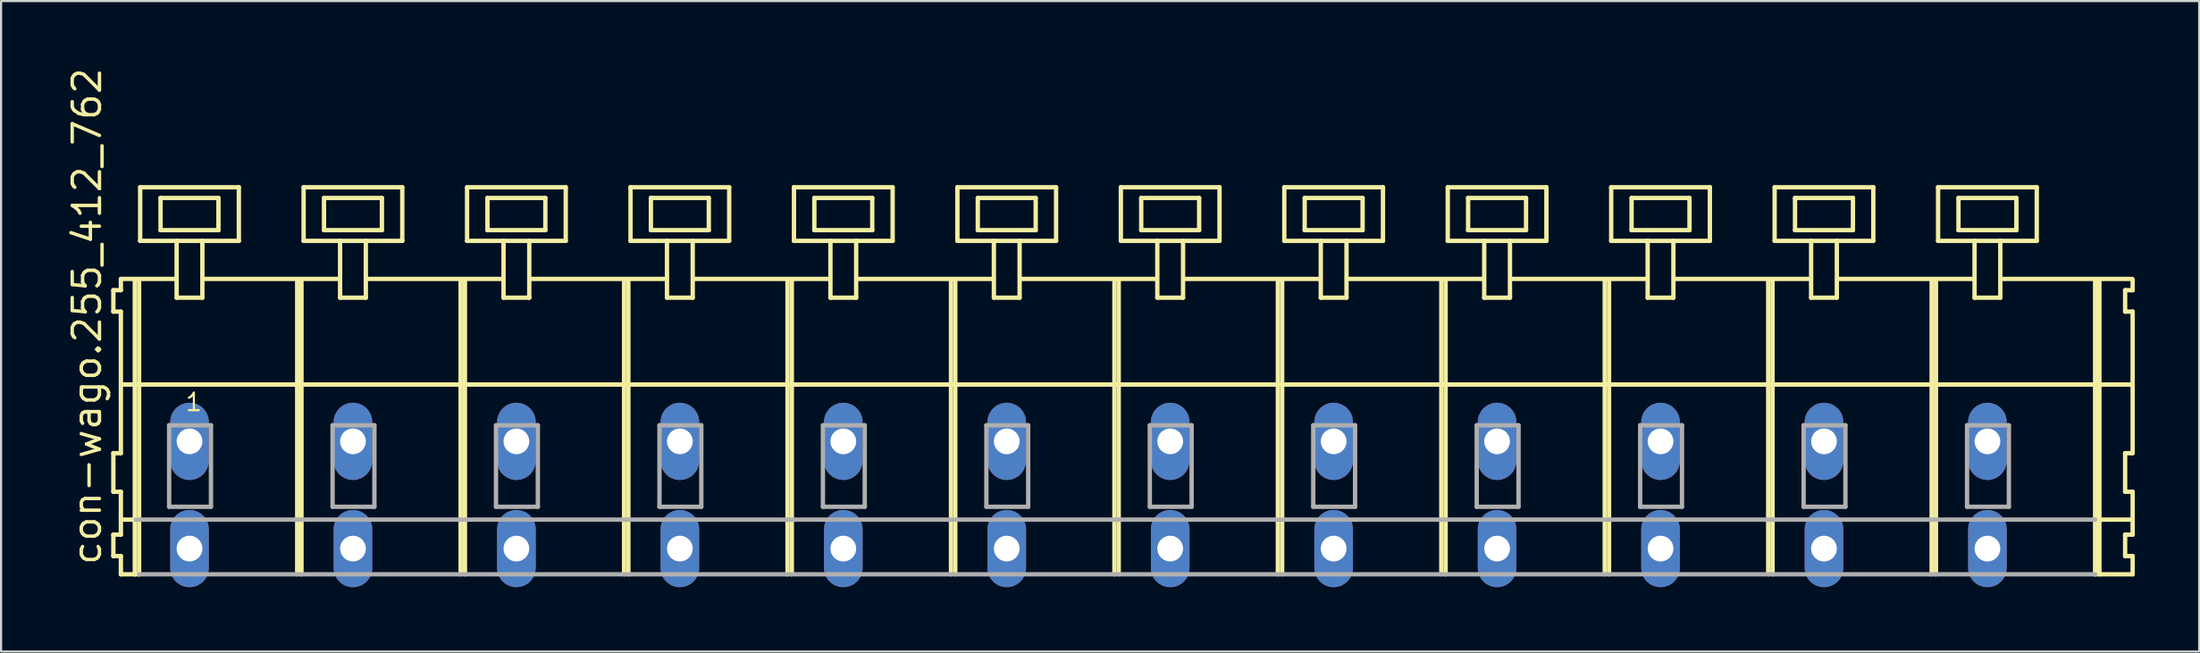
<source format=kicad_pcb>
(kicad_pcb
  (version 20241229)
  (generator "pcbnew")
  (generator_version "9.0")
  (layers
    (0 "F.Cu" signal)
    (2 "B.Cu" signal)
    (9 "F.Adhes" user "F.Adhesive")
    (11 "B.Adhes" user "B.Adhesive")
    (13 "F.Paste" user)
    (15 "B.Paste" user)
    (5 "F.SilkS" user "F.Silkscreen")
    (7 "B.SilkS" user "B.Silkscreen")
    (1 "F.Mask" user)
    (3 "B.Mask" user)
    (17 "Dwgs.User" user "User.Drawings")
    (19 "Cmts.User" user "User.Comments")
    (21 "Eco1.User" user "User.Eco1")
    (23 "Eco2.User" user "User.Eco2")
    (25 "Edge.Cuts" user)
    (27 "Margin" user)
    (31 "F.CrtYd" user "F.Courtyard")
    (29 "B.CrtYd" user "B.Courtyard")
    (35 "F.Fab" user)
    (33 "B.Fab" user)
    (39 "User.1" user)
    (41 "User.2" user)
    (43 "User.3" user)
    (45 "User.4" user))
  (footprint "con-wago.255_412_762"
    (layer "F.Cu")
    (at 48.965 17.533)
    (property "Reference" "con-wago.255_412_762" (at -47.215 5.855 90) (layer "F.SilkS") (effects (font (size 1.27 1.27) (thickness 0.16)) (justify left bottom)))
    (attr through_hole)
    (fp_line (start -46.73 -7.05) (end -46.73 -6.05) (stroke (width 0.203) (type default)) (layer "F.SilkS"))
    (fp_line (start -46.73 -6.05) (end -46.38 -6.05) (stroke (width 0.203) (type default)) (layer "F.SilkS"))
    (fp_line (start -46.73 0.55) (end -46.73 2.35) (stroke (width 0.203) (type default)) (layer "F.SilkS"))
    (fp_line (start -46.73 2.35) (end -46.38 2.35) (stroke (width 0.203) (type default)) (layer "F.SilkS"))
    (fp_line (start -46.73 4.35) (end -46.73 5.35) (stroke (width 0.203) (type default)) (layer "F.SilkS"))
    (fp_line (start -46.73 5.35) (end -46.38 5.35) (stroke (width 0.203) (type default)) (layer "F.SilkS"))
    (fp_line (start -46.38 -7.575) (end -46.38 -7.05) (stroke (width 0.203) (type default)) (layer "F.SilkS"))
    (fp_line (start -46.38 -7.575) (end -43.805 -7.575) (stroke (width 0.203) (type default)) (layer "F.SilkS"))
    (fp_line (start -46.38 -7.05) (end -46.73 -7.05) (stroke (width 0.203) (type default)) (layer "F.SilkS"))
    (fp_line (start -46.38 -6.05) (end -46.38 0.55) (stroke (width 0.203) (type default)) (layer "F.SilkS"))
    (fp_line (start -46.38 0.55) (end -46.73 0.55) (stroke (width 0.203) (type default)) (layer "F.SilkS"))
    (fp_line (start -46.38 2.35) (end -46.38 4.35) (stroke (width 0.203) (type default)) (layer "F.SilkS"))
    (fp_line (start -46.38 3.65) (end -45.68 3.65) (stroke (width 0.203) (type default)) (layer "F.SilkS"))
    (fp_line (start -46.38 4.35) (end -46.73 4.35) (stroke (width 0.203) (type default)) (layer "F.SilkS"))
    (fp_line (start -46.38 5.35) (end -46.38 6.2) (stroke (width 0.203) (type default)) (layer "F.SilkS"))
    (fp_line (start -46.38 6.2) (end -45.73 6.2) (stroke (width 0.203) (type default)) (layer "F.SilkS"))
    (fp_line (start -46.33 -2.65) (end 47.36 -2.65) (stroke (width 0.203) (type default)) (layer "F.SilkS"))
    (fp_line (start -45.73 -7.55) (end -45.73 6.2) (stroke (width 0.203) (type default)) (layer "F.SilkS"))
    (fp_line (start -45.73 6.2) (end -45.53 6.2) (stroke (width 0.203) (type default)) (layer "F.SilkS"))
    (fp_line (start -45.53 -7.55) (end -45.53 6.2) (stroke (width 0.203) (type default)) (layer "F.SilkS"))
    (fp_line (start -45.48 -11.85) (end -45.48 -9.35) (stroke (width 0.203) (type default)) (layer "F.SilkS"))
    (fp_line (start -45.48 -9.35) (end -43.78 -9.35) (stroke (width 0.203) (type default)) (layer "F.SilkS"))
    (fp_line (start -44.53 -11.35) (end -44.53 -9.85) (stroke (width 0.203) (type default)) (layer "F.SilkS"))
    (fp_line (start -44.53 -9.85) (end -41.83 -9.85) (stroke (width 0.203) (type default)) (layer "F.SilkS"))
    (fp_line (start -43.78 -9.35) (end -43.78 -6.7) (stroke (width 0.203) (type default)) (layer "F.SilkS"))
    (fp_line (start -43.78 -9.35) (end -42.58 -9.35) (stroke (width 0.203) (type default)) (layer "F.SilkS"))
    (fp_line (start -43.78 -6.7) (end -42.58 -6.7) (stroke (width 0.203) (type default)) (layer "F.SilkS"))
    (fp_line (start -42.58 -9.35) (end -40.88 -9.35) (stroke (width 0.203) (type default)) (layer "F.SilkS"))
    (fp_line (start -42.58 -6.7) (end -42.58 -9.35) (stroke (width 0.203) (type default)) (layer "F.SilkS"))
    (fp_line (start -42.555 -7.575) (end -36.181 -7.575) (stroke (width 0.203) (type default)) (layer "F.SilkS"))
    (fp_line (start -41.83 -11.35) (end -44.53 -11.35) (stroke (width 0.203) (type default)) (layer "F.SilkS"))
    (fp_line (start -41.83 -9.85) (end -41.83 -11.35) (stroke (width 0.203) (type default)) (layer "F.SilkS"))
    (fp_line (start -40.88 -11.85) (end -45.48 -11.85) (stroke (width 0.203) (type default)) (layer "F.SilkS"))
    (fp_line (start -40.88 -9.35) (end -40.88 -11.85) (stroke (width 0.203) (type default)) (layer "F.SilkS"))
    (fp_line (start -38.16 -7.55) (end -38.16 6.2) (stroke (width 0.203) (type default)) (layer "F.SilkS"))
    (fp_line (start -37.96 -7.55) (end -37.96 6.2) (stroke (width 0.203) (type default)) (layer "F.SilkS"))
    (fp_line (start -37.86 -11.85) (end -37.86 -9.35) (stroke (width 0.203) (type default)) (layer "F.SilkS"))
    (fp_line (start -37.86 -9.35) (end -36.16 -9.35) (stroke (width 0.203) (type default)) (layer "F.SilkS"))
    (fp_line (start -36.91 -11.35) (end -36.91 -9.85) (stroke (width 0.203) (type default)) (layer "F.SilkS"))
    (fp_line (start -36.91 -9.85) (end -34.21 -9.85) (stroke (width 0.203) (type default)) (layer "F.SilkS"))
    (fp_line (start -36.16 -9.35) (end -36.16 -6.7) (stroke (width 0.203) (type default)) (layer "F.SilkS"))
    (fp_line (start -36.16 -9.35) (end -34.96 -9.35) (stroke (width 0.203) (type default)) (layer "F.SilkS"))
    (fp_line (start -36.16 -6.7) (end -34.96 -6.7) (stroke (width 0.203) (type default)) (layer "F.SilkS"))
    (fp_line (start -34.96 -9.35) (end -33.26 -9.35) (stroke (width 0.203) (type default)) (layer "F.SilkS"))
    (fp_line (start -34.96 -6.7) (end -34.96 -9.35) (stroke (width 0.203) (type default)) (layer "F.SilkS"))
    (fp_line (start -34.935 -7.575) (end -28.561 -7.575) (stroke (width 0.203) (type default)) (layer "F.SilkS"))
    (fp_line (start -34.21 -11.35) (end -36.91 -11.35) (stroke (width 0.203) (type default)) (layer "F.SilkS"))
    (fp_line (start -34.21 -9.85) (end -34.21 -11.35) (stroke (width 0.203) (type default)) (layer "F.SilkS"))
    (fp_line (start -33.26 -11.85) (end -37.86 -11.85) (stroke (width 0.203) (type default)) (layer "F.SilkS"))
    (fp_line (start -33.26 -9.35) (end -33.26 -11.85) (stroke (width 0.203) (type default)) (layer "F.SilkS"))
    (fp_line (start -30.54 -7.55) (end -30.54 6.2) (stroke (width 0.203) (type default)) (layer "F.SilkS"))
    (fp_line (start -30.34 -7.55) (end -30.34 6.2) (stroke (width 0.203) (type default)) (layer "F.SilkS"))
    (fp_line (start -30.24 -11.85) (end -30.24 -9.35) (stroke (width 0.203) (type default)) (layer "F.SilkS"))
    (fp_line (start -30.24 -9.35) (end -28.54 -9.35) (stroke (width 0.203) (type default)) (layer "F.SilkS"))
    (fp_line (start -29.29 -11.35) (end -29.29 -9.85) (stroke (width 0.203) (type default)) (layer "F.SilkS"))
    (fp_line (start -29.29 -9.85) (end -26.59 -9.85) (stroke (width 0.203) (type default)) (layer "F.SilkS"))
    (fp_line (start -28.54 -9.35) (end -28.54 -6.7) (stroke (width 0.203) (type default)) (layer "F.SilkS"))
    (fp_line (start -28.54 -9.35) (end -27.34 -9.35) (stroke (width 0.203) (type default)) (layer "F.SilkS"))
    (fp_line (start -28.54 -6.7) (end -27.34 -6.7) (stroke (width 0.203) (type default)) (layer "F.SilkS"))
    (fp_line (start -27.34 -9.35) (end -25.64 -9.35) (stroke (width 0.203) (type default)) (layer "F.SilkS"))
    (fp_line (start -27.34 -6.7) (end -27.34 -9.35) (stroke (width 0.203) (type default)) (layer "F.SilkS"))
    (fp_line (start -27.315 -7.575) (end -20.941 -7.575) (stroke (width 0.203) (type default)) (layer "F.SilkS"))
    (fp_line (start -26.59 -11.35) (end -29.29 -11.35) (stroke (width 0.203) (type default)) (layer "F.SilkS"))
    (fp_line (start -26.59 -9.85) (end -26.59 -11.35) (stroke (width 0.203) (type default)) (layer "F.SilkS"))
    (fp_line (start -25.64 -11.85) (end -30.24 -11.85) (stroke (width 0.203) (type default)) (layer "F.SilkS"))
    (fp_line (start -25.64 -9.35) (end -25.64 -11.85) (stroke (width 0.203) (type default)) (layer "F.SilkS"))
    (fp_line (start -22.92 -7.55) (end -22.92 6.2) (stroke (width 0.203) (type default)) (layer "F.SilkS"))
    (fp_line (start -22.72 -7.55) (end -22.72 6.2) (stroke (width 0.203) (type default)) (layer "F.SilkS"))
    (fp_line (start -22.62 -11.85) (end -22.62 -9.35) (stroke (width 0.203) (type default)) (layer "F.SilkS"))
    (fp_line (start -22.62 -9.35) (end -20.92 -9.35) (stroke (width 0.203) (type default)) (layer "F.SilkS"))
    (fp_line (start -21.67 -11.35) (end -21.67 -9.85) (stroke (width 0.203) (type default)) (layer "F.SilkS"))
    (fp_line (start -21.67 -9.85) (end -18.97 -9.85) (stroke (width 0.203) (type default)) (layer "F.SilkS"))
    (fp_line (start -20.92 -9.35) (end -20.92 -6.7) (stroke (width 0.203) (type default)) (layer "F.SilkS"))
    (fp_line (start -20.92 -9.35) (end -19.72 -9.35) (stroke (width 0.203) (type default)) (layer "F.SilkS"))
    (fp_line (start -20.92 -6.7) (end -19.72 -6.7) (stroke (width 0.203) (type default)) (layer "F.SilkS"))
    (fp_line (start -19.72 -9.35) (end -18.02 -9.35) (stroke (width 0.203) (type default)) (layer "F.SilkS"))
    (fp_line (start -19.72 -6.7) (end -19.72 -9.35) (stroke (width 0.203) (type default)) (layer "F.SilkS"))
    (fp_line (start -19.695 -7.575) (end -13.321 -7.575) (stroke (width 0.203) (type default)) (layer "F.SilkS"))
    (fp_line (start -18.97 -11.35) (end -21.67 -11.35) (stroke (width 0.203) (type default)) (layer "F.SilkS"))
    (fp_line (start -18.97 -9.85) (end -18.97 -11.35) (stroke (width 0.203) (type default)) (layer "F.SilkS"))
    (fp_line (start -18.02 -11.85) (end -22.62 -11.85) (stroke (width 0.203) (type default)) (layer "F.SilkS"))
    (fp_line (start -18.02 -9.35) (end -18.02 -11.85) (stroke (width 0.203) (type default)) (layer "F.SilkS"))
    (fp_line (start -15.3 -7.55) (end -15.3 6.2) (stroke (width 0.203) (type default)) (layer "F.SilkS"))
    (fp_line (start -15.1 -7.55) (end -15.1 6.2) (stroke (width 0.203) (type default)) (layer "F.SilkS"))
    (fp_line (start -15 -11.85) (end -15 -9.35) (stroke (width 0.203) (type default)) (layer "F.SilkS"))
    (fp_line (start -15 -9.35) (end -13.3 -9.35) (stroke (width 0.203) (type default)) (layer "F.SilkS"))
    (fp_line (start -14.05 -11.35) (end -14.05 -9.85) (stroke (width 0.203) (type default)) (layer "F.SilkS"))
    (fp_line (start -14.05 -9.85) (end -11.35 -9.85) (stroke (width 0.203) (type default)) (layer "F.SilkS"))
    (fp_line (start -13.3 -9.35) (end -13.3 -6.7) (stroke (width 0.203) (type default)) (layer "F.SilkS"))
    (fp_line (start -13.3 -9.35) (end -12.1 -9.35) (stroke (width 0.203) (type default)) (layer "F.SilkS"))
    (fp_line (start -13.3 -6.7) (end -12.1 -6.7) (stroke (width 0.203) (type default)) (layer "F.SilkS"))
    (fp_line (start -12.1 -9.35) (end -10.4 -9.35) (stroke (width 0.203) (type default)) (layer "F.SilkS"))
    (fp_line (start -12.1 -6.7) (end -12.1 -9.35) (stroke (width 0.203) (type default)) (layer "F.SilkS"))
    (fp_line (start -12.075 -7.575) (end -5.701 -7.575) (stroke (width 0.203) (type default)) (layer "F.SilkS"))
    (fp_line (start -11.35 -11.35) (end -14.05 -11.35) (stroke (width 0.203) (type default)) (layer "F.SilkS"))
    (fp_line (start -11.35 -9.85) (end -11.35 -11.35) (stroke (width 0.203) (type default)) (layer "F.SilkS"))
    (fp_line (start -10.4 -11.85) (end -15 -11.85) (stroke (width 0.203) (type default)) (layer "F.SilkS"))
    (fp_line (start -10.4 -9.35) (end -10.4 -11.85) (stroke (width 0.203) (type default)) (layer "F.SilkS"))
    (fp_line (start -7.68 -7.55) (end -7.68 6.2) (stroke (width 0.203) (type default)) (layer "F.SilkS"))
    (fp_line (start -7.48 -7.55) (end -7.48 6.2) (stroke (width 0.203) (type default)) (layer "F.SilkS"))
    (fp_line (start -7.38 -11.85) (end -7.38 -9.35) (stroke (width 0.203) (type default)) (layer "F.SilkS"))
    (fp_line (start -7.38 -9.35) (end -5.68 -9.35) (stroke (width 0.203) (type default)) (layer "F.SilkS"))
    (fp_line (start -6.43 -11.35) (end -6.43 -9.85) (stroke (width 0.203) (type default)) (layer "F.SilkS"))
    (fp_line (start -6.43 -9.85) (end -3.73 -9.85) (stroke (width 0.203) (type default)) (layer "F.SilkS"))
    (fp_line (start -5.68 -9.35) (end -5.68 -6.7) (stroke (width 0.203) (type default)) (layer "F.SilkS"))
    (fp_line (start -5.68 -9.35) (end -4.48 -9.35) (stroke (width 0.203) (type default)) (layer "F.SilkS"))
    (fp_line (start -5.68 -6.7) (end -4.48 -6.7) (stroke (width 0.203) (type default)) (layer "F.SilkS"))
    (fp_line (start -4.48 -9.35) (end -2.78 -9.35) (stroke (width 0.203) (type default)) (layer "F.SilkS"))
    (fp_line (start -4.48 -6.7) (end -4.48 -9.35) (stroke (width 0.203) (type default)) (layer "F.SilkS"))
    (fp_line (start -4.455 -7.575) (end 1.919 -7.575) (stroke (width 0.203) (type default)) (layer "F.SilkS"))
    (fp_line (start -3.73 -11.35) (end -6.43 -11.35) (stroke (width 0.203) (type default)) (layer "F.SilkS"))
    (fp_line (start -3.73 -9.85) (end -3.73 -11.35) (stroke (width 0.203) (type default)) (layer "F.SilkS"))
    (fp_line (start -2.78 -11.85) (end -7.38 -11.85) (stroke (width 0.203) (type default)) (layer "F.SilkS"))
    (fp_line (start -2.78 -9.35) (end -2.78 -11.85) (stroke (width 0.203) (type default)) (layer "F.SilkS"))
    (fp_line (start -0.06 -7.55) (end -0.06 6.2) (stroke (width 0.203) (type default)) (layer "F.SilkS"))
    (fp_line (start 0.14 -7.55) (end 0.14 6.2) (stroke (width 0.203) (type default)) (layer "F.SilkS"))
    (fp_line (start 0.24 -11.85) (end 0.24 -9.35) (stroke (width 0.203) (type default)) (layer "F.SilkS"))
    (fp_line (start 0.24 -9.35) (end 1.94 -9.35) (stroke (width 0.203) (type default)) (layer "F.SilkS"))
    (fp_line (start 1.19 -11.35) (end 1.19 -9.85) (stroke (width 0.203) (type default)) (layer "F.SilkS"))
    (fp_line (start 1.19 -9.85) (end 3.89 -9.85) (stroke (width 0.203) (type default)) (layer "F.SilkS"))
    (fp_line (start 1.94 -9.35) (end 1.94 -6.7) (stroke (width 0.203) (type default)) (layer "F.SilkS"))
    (fp_line (start 1.94 -9.35) (end 3.14 -9.35) (stroke (width 0.203) (type default)) (layer "F.SilkS"))
    (fp_line (start 1.94 -6.7) (end 3.14 -6.7) (stroke (width 0.203) (type default)) (layer "F.SilkS"))
    (fp_line (start 3.14 -9.35) (end 4.84 -9.35) (stroke (width 0.203) (type default)) (layer "F.SilkS"))
    (fp_line (start 3.14 -6.7) (end 3.14 -9.35) (stroke (width 0.203) (type default)) (layer "F.SilkS"))
    (fp_line (start 3.165 -7.575) (end 9.539 -7.575) (stroke (width 0.203) (type default)) (layer "F.SilkS"))
    (fp_line (start 3.89 -11.35) (end 1.19 -11.35) (stroke (width 0.203) (type default)) (layer "F.SilkS"))
    (fp_line (start 3.89 -9.85) (end 3.89 -11.35) (stroke (width 0.203) (type default)) (layer "F.SilkS"))
    (fp_line (start 4.84 -11.85) (end 0.24 -11.85) (stroke (width 0.203) (type default)) (layer "F.SilkS"))
    (fp_line (start 4.84 -9.35) (end 4.84 -11.85) (stroke (width 0.203) (type default)) (layer "F.SilkS"))
    (fp_line (start 7.56 -7.55) (end 7.56 6.2) (stroke (width 0.203) (type default)) (layer "F.SilkS"))
    (fp_line (start 7.76 -7.55) (end 7.76 6.2) (stroke (width 0.203) (type default)) (layer "F.SilkS"))
    (fp_line (start 7.86 -11.85) (end 7.86 -9.35) (stroke (width 0.203) (type default)) (layer "F.SilkS"))
    (fp_line (start 7.86 -9.35) (end 9.56 -9.35) (stroke (width 0.203) (type default)) (layer "F.SilkS"))
    (fp_line (start 8.81 -11.35) (end 8.81 -9.85) (stroke (width 0.203) (type default)) (layer "F.SilkS"))
    (fp_line (start 8.81 -9.85) (end 11.51 -9.85) (stroke (width 0.203) (type default)) (layer "F.SilkS"))
    (fp_line (start 9.56 -9.35) (end 9.56 -6.7) (stroke (width 0.203) (type default)) (layer "F.SilkS"))
    (fp_line (start 9.56 -9.35) (end 10.76 -9.35) (stroke (width 0.203) (type default)) (layer "F.SilkS"))
    (fp_line (start 9.56 -6.7) (end 10.76 -6.7) (stroke (width 0.203) (type default)) (layer "F.SilkS"))
    (fp_line (start 10.76 -9.35) (end 12.46 -9.35) (stroke (width 0.203) (type default)) (layer "F.SilkS"))
    (fp_line (start 10.76 -6.7) (end 10.76 -9.35) (stroke (width 0.203) (type default)) (layer "F.SilkS"))
    (fp_line (start 10.785 -7.575) (end 17.159 -7.575) (stroke (width 0.203) (type default)) (layer "F.SilkS"))
    (fp_line (start 11.51 -11.35) (end 8.81 -11.35) (stroke (width 0.203) (type default)) (layer "F.SilkS"))
    (fp_line (start 11.51 -9.85) (end 11.51 -11.35) (stroke (width 0.203) (type default)) (layer "F.SilkS"))
    (fp_line (start 12.46 -11.85) (end 7.86 -11.85) (stroke (width 0.203) (type default)) (layer "F.SilkS"))
    (fp_line (start 12.46 -9.35) (end 12.46 -11.85) (stroke (width 0.203) (type default)) (layer "F.SilkS"))
    (fp_line (start 15.18 -7.55) (end 15.18 6.2) (stroke (width 0.203) (type default)) (layer "F.SilkS"))
    (fp_line (start 15.38 -7.55) (end 15.38 6.2) (stroke (width 0.203) (type default)) (layer "F.SilkS"))
    (fp_line (start 15.48 -11.85) (end 15.48 -9.35) (stroke (width 0.203) (type default)) (layer "F.SilkS"))
    (fp_line (start 15.48 -9.35) (end 17.18 -9.35) (stroke (width 0.203) (type default)) (layer "F.SilkS"))
    (fp_line (start 16.43 -11.35) (end 16.43 -9.85) (stroke (width 0.203) (type default)) (layer "F.SilkS"))
    (fp_line (start 16.43 -9.85) (end 19.13 -9.85) (stroke (width 0.203) (type default)) (layer "F.SilkS"))
    (fp_line (start 17.18 -9.35) (end 17.18 -6.7) (stroke (width 0.203) (type default)) (layer "F.SilkS"))
    (fp_line (start 17.18 -9.35) (end 18.38 -9.35) (stroke (width 0.203) (type default)) (layer "F.SilkS"))
    (fp_line (start 17.18 -6.7) (end 18.38 -6.7) (stroke (width 0.203) (type default)) (layer "F.SilkS"))
    (fp_line (start 18.38 -9.35) (end 20.08 -9.35) (stroke (width 0.203) (type default)) (layer "F.SilkS"))
    (fp_line (start 18.38 -6.7) (end 18.38 -9.35) (stroke (width 0.203) (type default)) (layer "F.SilkS"))
    (fp_line (start 18.405 -7.575) (end 24.779 -7.575) (stroke (width 0.203) (type default)) (layer "F.SilkS"))
    (fp_line (start 19.13 -11.35) (end 16.43 -11.35) (stroke (width 0.203) (type default)) (layer "F.SilkS"))
    (fp_line (start 19.13 -9.85) (end 19.13 -11.35) (stroke (width 0.203) (type default)) (layer "F.SilkS"))
    (fp_line (start 20.08 -11.85) (end 15.48 -11.85) (stroke (width 0.203) (type default)) (layer "F.SilkS"))
    (fp_line (start 20.08 -9.35) (end 20.08 -11.85) (stroke (width 0.203) (type default)) (layer "F.SilkS"))
    (fp_line (start 22.8 -7.55) (end 22.8 6.2) (stroke (width 0.203) (type default)) (layer "F.SilkS"))
    (fp_line (start 23 -7.55) (end 23 6.2) (stroke (width 0.203) (type default)) (layer "F.SilkS"))
    (fp_line (start 23.1 -11.85) (end 23.1 -9.35) (stroke (width 0.203) (type default)) (layer "F.SilkS"))
    (fp_line (start 23.1 -9.35) (end 24.8 -9.35) (stroke (width 0.203) (type default)) (layer "F.SilkS"))
    (fp_line (start 24.05 -11.35) (end 24.05 -9.85) (stroke (width 0.203) (type default)) (layer "F.SilkS"))
    (fp_line (start 24.05 -9.85) (end 26.75 -9.85) (stroke (width 0.203) (type default)) (layer "F.SilkS"))
    (fp_line (start 24.8 -9.35) (end 24.8 -6.7) (stroke (width 0.203) (type default)) (layer "F.SilkS"))
    (fp_line (start 24.8 -9.35) (end 26 -9.35) (stroke (width 0.203) (type default)) (layer "F.SilkS"))
    (fp_line (start 24.8 -6.7) (end 26 -6.7) (stroke (width 0.203) (type default)) (layer "F.SilkS"))
    (fp_line (start 26 -9.35) (end 27.7 -9.35) (stroke (width 0.203) (type default)) (layer "F.SilkS"))
    (fp_line (start 26 -6.7) (end 26 -9.35) (stroke (width 0.203) (type default)) (layer "F.SilkS"))
    (fp_line (start 26.025 -7.575) (end 32.399 -7.575) (stroke (width 0.203) (type default)) (layer "F.SilkS"))
    (fp_line (start 26.75 -11.35) (end 24.05 -11.35) (stroke (width 0.203) (type default)) (layer "F.SilkS"))
    (fp_line (start 26.75 -9.85) (end 26.75 -11.35) (stroke (width 0.203) (type default)) (layer "F.SilkS"))
    (fp_line (start 27.7 -11.85) (end 23.1 -11.85) (stroke (width 0.203) (type default)) (layer "F.SilkS"))
    (fp_line (start 27.7 -9.35) (end 27.7 -11.85) (stroke (width 0.203) (type default)) (layer "F.SilkS"))
    (fp_line (start 30.42 -7.55) (end 30.42 6.2) (stroke (width 0.203) (type default)) (layer "F.SilkS"))
    (fp_line (start 30.62 -7.55) (end 30.62 6.2) (stroke (width 0.203) (type default)) (layer "F.SilkS"))
    (fp_line (start 30.72 -11.85) (end 30.72 -9.35) (stroke (width 0.203) (type default)) (layer "F.SilkS"))
    (fp_line (start 30.72 -9.35) (end 32.42 -9.35) (stroke (width 0.203) (type default)) (layer "F.SilkS"))
    (fp_line (start 31.67 -11.35) (end 31.67 -9.85) (stroke (width 0.203) (type default)) (layer "F.SilkS"))
    (fp_line (start 31.67 -9.85) (end 34.37 -9.85) (stroke (width 0.203) (type default)) (layer "F.SilkS"))
    (fp_line (start 32.42 -9.35) (end 32.42 -6.7) (stroke (width 0.203) (type default)) (layer "F.SilkS"))
    (fp_line (start 32.42 -9.35) (end 33.62 -9.35) (stroke (width 0.203) (type default)) (layer "F.SilkS"))
    (fp_line (start 32.42 -6.7) (end 33.62 -6.7) (stroke (width 0.203) (type default)) (layer "F.SilkS"))
    (fp_line (start 33.62 -9.35) (end 35.32 -9.35) (stroke (width 0.203) (type default)) (layer "F.SilkS"))
    (fp_line (start 33.62 -6.7) (end 33.62 -9.35) (stroke (width 0.203) (type default)) (layer "F.SilkS"))
    (fp_line (start 33.645 -7.575) (end 40.019 -7.575) (stroke (width 0.203) (type default)) (layer "F.SilkS"))
    (fp_line (start 34.37 -11.35) (end 31.67 -11.35) (stroke (width 0.203) (type default)) (layer "F.SilkS"))
    (fp_line (start 34.37 -9.85) (end 34.37 -11.35) (stroke (width 0.203) (type default)) (layer "F.SilkS"))
    (fp_line (start 35.32 -11.85) (end 30.72 -11.85) (stroke (width 0.203) (type default)) (layer "F.SilkS"))
    (fp_line (start 35.32 -9.35) (end 35.32 -11.85) (stroke (width 0.203) (type default)) (layer "F.SilkS"))
    (fp_line (start 38.04 -7.55) (end 38.04 6.2) (stroke (width 0.203) (type default)) (layer "F.SilkS"))
    (fp_line (start 38.24 -7.55) (end 38.24 6.2) (stroke (width 0.203) (type default)) (layer "F.SilkS"))
    (fp_line (start 38.34 -11.85) (end 38.34 -9.35) (stroke (width 0.203) (type default)) (layer "F.SilkS"))
    (fp_line (start 38.34 -9.35) (end 40.04 -9.35) (stroke (width 0.203) (type default)) (layer "F.SilkS"))
    (fp_line (start 39.29 -11.35) (end 39.29 -9.85) (stroke (width 0.203) (type default)) (layer "F.SilkS"))
    (fp_line (start 39.29 -9.85) (end 41.99 -9.85) (stroke (width 0.203) (type default)) (layer "F.SilkS"))
    (fp_line (start 40.04 -9.35) (end 40.04 -6.7) (stroke (width 0.203) (type default)) (layer "F.SilkS"))
    (fp_line (start 40.04 -9.35) (end 41.24 -9.35) (stroke (width 0.203) (type default)) (layer "F.SilkS"))
    (fp_line (start 40.04 -6.7) (end 41.24 -6.7) (stroke (width 0.203) (type default)) (layer "F.SilkS"))
    (fp_line (start 41.24 -9.35) (end 42.94 -9.35) (stroke (width 0.203) (type default)) (layer "F.SilkS"))
    (fp_line (start 41.24 -6.7) (end 41.24 -9.35) (stroke (width 0.203) (type default)) (layer "F.SilkS"))
    (fp_line (start 41.265 -7.575) (end 47.385 -7.575) (stroke (width 0.203) (type default)) (layer "F.SilkS"))
    (fp_line (start 41.99 -11.35) (end 39.29 -11.35) (stroke (width 0.203) (type default)) (layer "F.SilkS"))
    (fp_line (start 41.99 -9.85) (end 41.99 -11.35) (stroke (width 0.203) (type default)) (layer "F.SilkS"))
    (fp_line (start 42.94 -11.85) (end 38.34 -11.85) (stroke (width 0.203) (type default)) (layer "F.SilkS"))
    (fp_line (start 42.94 -9.35) (end 42.94 -11.85) (stroke (width 0.203) (type default)) (layer "F.SilkS"))
    (fp_line (start 45.66 -7.55) (end 45.66 6.2) (stroke (width 0.203) (type default)) (layer "F.SilkS"))
    (fp_line (start 45.66 6.2) (end 47.41 6.2) (stroke (width 0.203) (type default)) (layer "F.SilkS"))
    (fp_line (start 45.71 3.65) (end 47.41 3.65) (stroke (width 0.203) (type default)) (layer "F.SilkS"))
    (fp_line (start 45.86 -7.55) (end 45.86 6.2) (stroke (width 0.203) (type default)) (layer "F.SilkS"))
    (fp_line (start 47.06 -7.05) (end 47.06 -6.05) (stroke (width 0.203) (type default)) (layer "F.SilkS"))
    (fp_line (start 47.06 -6.05) (end 47.41 -6.05) (stroke (width 0.203) (type default)) (layer "F.SilkS"))
    (fp_line (start 47.06 0.55) (end 47.06 2.35) (stroke (width 0.203) (type default)) (layer "F.SilkS"))
    (fp_line (start 47.06 2.35) (end 47.41 2.35) (stroke (width 0.203) (type default)) (layer "F.SilkS"))
    (fp_line (start 47.06 4.35) (end 47.06 5.35) (stroke (width 0.203) (type default)) (layer "F.SilkS"))
    (fp_line (start 47.06 5.35) (end 47.41 5.35) (stroke (width 0.203) (type default)) (layer "F.SilkS"))
    (fp_line (start 47.41 -7.05) (end 47.06 -7.05) (stroke (width 0.203) (type default)) (layer "F.SilkS"))
    (fp_line (start 47.41 -7.05) (end 47.41 -7.55) (stroke (width 0.203) (type default)) (layer "F.SilkS"))
    (fp_line (start 47.41 0.55) (end 47.06 0.55) (stroke (width 0.203) (type default)) (layer "F.SilkS"))
    (fp_line (start 47.41 0.55) (end 47.41 -6.05) (stroke (width 0.203) (type default)) (layer "F.SilkS"))
    (fp_line (start 47.41 3.65) (end 47.41 2.35) (stroke (width 0.203) (type default)) (layer "F.SilkS"))
    (fp_line (start 47.41 4.35) (end 47.06 4.35) (stroke (width 0.203) (type default)) (layer "F.SilkS"))
    (fp_line (start 47.41 4.35) (end 47.41 3.65) (stroke (width 0.203) (type default)) (layer "F.SilkS"))
    (fp_line (start 47.41 6.2) (end 47.41 5.35) (stroke (width 0.203) (type default)) (layer "F.SilkS"))
    (fp_line (start -45.68 3.65) (end 45.66 3.65) (stroke (width 0.203) (type default)) (layer "F.Fab"))
    (fp_line (start -45.53 6.2) (end 45.66 6.2) (stroke (width 0.203) (type default)) (layer "F.Fab"))
    (fp_line (start -44.13 -0.75) (end -44.13 3.05) (stroke (width 0.203) (type default)) (layer "F.Fab"))
    (fp_line (start -44.13 3.05) (end -42.18 3.05) (stroke (width 0.203) (type default)) (layer "F.Fab"))
    (fp_line (start -42.18 -0.75) (end -44.13 -0.75) (stroke (width 0.203) (type default)) (layer "F.Fab"))
    (fp_line (start -42.18 3.05) (end -42.18 -0.75) (stroke (width 0.203) (type default)) (layer "F.Fab"))
    (fp_line (start -36.51 -0.75) (end -36.51 3.05) (stroke (width 0.203) (type default)) (layer "F.Fab"))
    (fp_line (start -36.51 3.05) (end -34.56 3.05) (stroke (width 0.203) (type default)) (layer "F.Fab"))
    (fp_line (start -34.56 -0.75) (end -36.51 -0.75) (stroke (width 0.203) (type default)) (layer "F.Fab"))
    (fp_line (start -34.56 3.05) (end -34.56 -0.75) (stroke (width 0.203) (type default)) (layer "F.Fab"))
    (fp_line (start -28.89 -0.75) (end -28.89 3.05) (stroke (width 0.203) (type default)) (layer "F.Fab"))
    (fp_line (start -28.89 3.05) (end -26.94 3.05) (stroke (width 0.203) (type default)) (layer "F.Fab"))
    (fp_line (start -26.94 -0.75) (end -28.89 -0.75) (stroke (width 0.203) (type default)) (layer "F.Fab"))
    (fp_line (start -26.94 3.05) (end -26.94 -0.75) (stroke (width 0.203) (type default)) (layer "F.Fab"))
    (fp_line (start -21.27 -0.75) (end -21.27 3.05) (stroke (width 0.203) (type default)) (layer "F.Fab"))
    (fp_line (start -21.27 3.05) (end -19.32 3.05) (stroke (width 0.203) (type default)) (layer "F.Fab"))
    (fp_line (start -19.32 -0.75) (end -21.27 -0.75) (stroke (width 0.203) (type default)) (layer "F.Fab"))
    (fp_line (start -19.32 3.05) (end -19.32 -0.75) (stroke (width 0.203) (type default)) (layer "F.Fab"))
    (fp_line (start -13.65 -0.75) (end -13.65 3.05) (stroke (width 0.203) (type default)) (layer "F.Fab"))
    (fp_line (start -13.65 3.05) (end -11.7 3.05) (stroke (width 0.203) (type default)) (layer "F.Fab"))
    (fp_line (start -11.7 -0.75) (end -13.65 -0.75) (stroke (width 0.203) (type default)) (layer "F.Fab"))
    (fp_line (start -11.7 3.05) (end -11.7 -0.75) (stroke (width 0.203) (type default)) (layer "F.Fab"))
    (fp_line (start -6.03 -0.75) (end -6.03 3.05) (stroke (width 0.203) (type default)) (layer "F.Fab"))
    (fp_line (start -6.03 3.05) (end -4.08 3.05) (stroke (width 0.203) (type default)) (layer "F.Fab"))
    (fp_line (start -4.08 -0.75) (end -6.03 -0.75) (stroke (width 0.203) (type default)) (layer "F.Fab"))
    (fp_line (start -4.08 3.05) (end -4.08 -0.75) (stroke (width 0.203) (type default)) (layer "F.Fab"))
    (fp_line (start 1.59 -0.75) (end 1.59 3.05) (stroke (width 0.203) (type default)) (layer "F.Fab"))
    (fp_line (start 1.59 3.05) (end 3.54 3.05) (stroke (width 0.203) (type default)) (layer "F.Fab"))
    (fp_line (start 3.54 -0.75) (end 1.59 -0.75) (stroke (width 0.203) (type default)) (layer "F.Fab"))
    (fp_line (start 3.54 3.05) (end 3.54 -0.75) (stroke (width 0.203) (type default)) (layer "F.Fab"))
    (fp_line (start 9.21 -0.75) (end 9.21 3.05) (stroke (width 0.203) (type default)) (layer "F.Fab"))
    (fp_line (start 9.21 3.05) (end 11.16 3.05) (stroke (width 0.203) (type default)) (layer "F.Fab"))
    (fp_line (start 11.16 -0.75) (end 9.21 -0.75) (stroke (width 0.203) (type default)) (layer "F.Fab"))
    (fp_line (start 11.16 3.05) (end 11.16 -0.75) (stroke (width 0.203) (type default)) (layer "F.Fab"))
    (fp_line (start 16.83 -0.75) (end 16.83 3.05) (stroke (width 0.203) (type default)) (layer "F.Fab"))
    (fp_line (start 16.83 3.05) (end 18.78 3.05) (stroke (width 0.203) (type default)) (layer "F.Fab"))
    (fp_line (start 18.78 -0.75) (end 16.83 -0.75) (stroke (width 0.203) (type default)) (layer "F.Fab"))
    (fp_line (start 18.78 3.05) (end 18.78 -0.75) (stroke (width 0.203) (type default)) (layer "F.Fab"))
    (fp_line (start 24.45 -0.75) (end 24.45 3.05) (stroke (width 0.203) (type default)) (layer "F.Fab"))
    (fp_line (start 24.45 3.05) (end 26.4 3.05) (stroke (width 0.203) (type default)) (layer "F.Fab"))
    (fp_line (start 26.4 -0.75) (end 24.45 -0.75) (stroke (width 0.203) (type default)) (layer "F.Fab"))
    (fp_line (start 26.4 3.05) (end 26.4 -0.75) (stroke (width 0.203) (type default)) (layer "F.Fab"))
    (fp_line (start 32.07 -0.75) (end 32.07 3.05) (stroke (width 0.203) (type default)) (layer "F.Fab"))
    (fp_line (start 32.07 3.05) (end 34.02 3.05) (stroke (width 0.203) (type default)) (layer "F.Fab"))
    (fp_line (start 34.02 -0.75) (end 32.07 -0.75) (stroke (width 0.203) (type default)) (layer "F.Fab"))
    (fp_line (start 34.02 3.05) (end 34.02 -0.75) (stroke (width 0.203) (type default)) (layer "F.Fab"))
    (fp_line (start 39.69 -0.75) (end 39.69 3.05) (stroke (width 0.203) (type default)) (layer "F.Fab"))
    (fp_line (start 39.69 3.05) (end 41.64 3.05) (stroke (width 0.203) (type default)) (layer "F.Fab"))
    (fp_line (start 41.64 -0.75) (end 39.69 -0.75) (stroke (width 0.203) (type default)) (layer "F.Fab"))
    (fp_line (start 41.64 3.05) (end 41.64 -0.75) (stroke (width 0.203) (type default)) (layer "F.Fab"))
    (fp_text user "1" (at -43.43 -1.35 0) (layer "F.SilkS") (effects (font (size 0.813 0.813) (thickness 0.1)) (justify left bottom)))
    (pad "A1" thru_hole oval (at -43.18 0 90) (size 3.6 1.8) (drill 1.2) (layers "*.Cu" "*.Mask"))
    (pad "A2" thru_hole oval (at -35.56 0 90) (size 3.6 1.8) (drill 1.2) (layers "*.Cu" "*.Mask"))
    (pad "A3" thru_hole oval (at -27.94 0 90) (size 3.6 1.8) (drill 1.2) (layers "*.Cu" "*.Mask"))
    (pad "A4" thru_hole oval (at -20.32 0 90) (size 3.6 1.8) (drill 1.2) (layers "*.Cu" "*.Mask"))
    (pad "A5" thru_hole oval (at -12.7 0 90) (size 3.6 1.8) (drill 1.2) (layers "*.Cu" "*.Mask"))
    (pad "A6" thru_hole oval (at -5.08 0 90) (size 3.6 1.8) (drill 1.2) (layers "*.Cu" "*.Mask"))
    (pad "A7" thru_hole oval (at 2.54 0 90) (size 3.6 1.8) (drill 1.2) (layers "*.Cu" "*.Mask"))
    (pad "A8" thru_hole oval (at 10.16 0 90) (size 3.6 1.8) (drill 1.2) (layers "*.Cu" "*.Mask"))
    (pad "A9" thru_hole oval (at 17.78 0 90) (size 3.6 1.8) (drill 1.2) (layers "*.Cu" "*.Mask"))
    (pad "A10" thru_hole oval (at 25.4 0 90) (size 3.6 1.8) (drill 1.2) (layers "*.Cu" "*.Mask"))
    (pad "A11" thru_hole oval (at 33.02 0 90) (size 3.6 1.8) (drill 1.2) (layers "*.Cu" "*.Mask"))
    (pad "A12" thru_hole oval (at 40.64 0 90) (size 3.6 1.8) (drill 1.2) (layers "*.Cu" "*.Mask"))
    (pad "B1" thru_hole oval (at -43.18 5 90) (size 3.6 1.8) (drill 1.2) (layers "*.Cu" "*.Mask"))
    (pad "B2" thru_hole oval (at -35.56 5 90) (size 3.6 1.8) (drill 1.2) (layers "*.Cu" "*.Mask"))
    (pad "B3" thru_hole oval (at -27.94 5 90) (size 3.6 1.8) (drill 1.2) (layers "*.Cu" "*.Mask"))
    (pad "B4" thru_hole oval (at -20.32 5 90) (size 3.6 1.8) (drill 1.2) (layers "*.Cu" "*.Mask"))
    (pad "B5" thru_hole oval (at -12.7 5 90) (size 3.6 1.8) (drill 1.2) (layers "*.Cu" "*.Mask"))
    (pad "B6" thru_hole oval (at -5.08 5 90) (size 3.6 1.8) (drill 1.2) (layers "*.Cu" "*.Mask"))
    (pad "B7" thru_hole oval (at 2.54 5 90) (size 3.6 1.8) (drill 1.2) (layers "*.Cu" "*.Mask"))
    (pad "B8" thru_hole oval (at 10.16 5 90) (size 3.6 1.8) (drill 1.2) (layers "*.Cu" "*.Mask"))
    (pad "B9" thru_hole oval (at 17.78 5 90) (size 3.6 1.8) (drill 1.2) (layers "*.Cu" "*.Mask"))
    (pad "B10" thru_hole oval (at 25.4 5 90) (size 3.6 1.8) (drill 1.2) (layers "*.Cu" "*.Mask"))
    (pad "B11" thru_hole oval (at 33.02 5 90) (size 3.6 1.8) (drill 1.2) (layers "*.Cu" "*.Mask"))
    (pad "B12" thru_hole oval (at 40.64 5 90) (size 3.6 1.8) (drill 1.2) (layers "*.Cu" "*.Mask")))
  (gr_rect
    (start -3 -3)
    (end 99.477 27.333)
    (stroke (width 0.1) (type default))
    (fill no)
    (layer "Edge.Cuts")))
</source>
